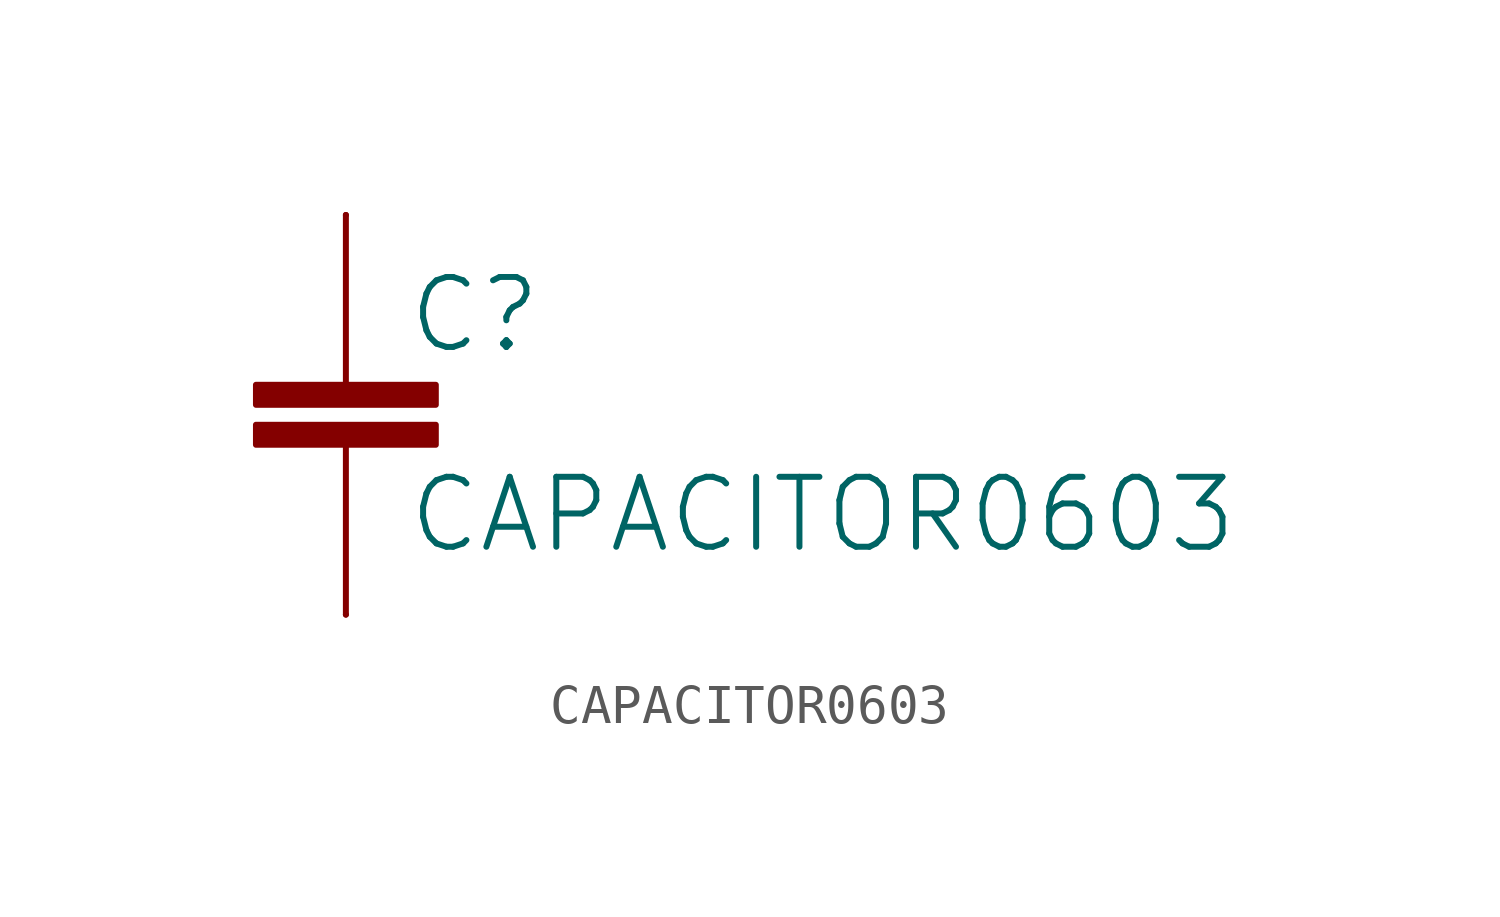
<source format=kicad_sym>
(kicad_symbol_lib
  (version 20211014)
  (generator kicad_symbol_editor)
  (symbol "CAPACITOR0603"
    (property "Reference" "C"
      (at 1.524 2.54 0)
      (effects (font (size 1.778 1.778)) (justify left)))
    (property "Value" "CAPACITOR0603"
      (at 1.524 -2.54 0)
      (effects (font (size 1.778 1.778)) (justify left)))
    (property "ki_locked" ""
      (at 0 0 0)
      (effects (font (size 1.27 1.27))))
    (symbol "CAPACITOR0603_1_0"
      (rectangle (start -2.286 -0.762) (end 2.286 -0.254) (stroke (width 0) (type default) (color 0 0 0 0)) (fill (type outline)))
      (rectangle (start -2.286 0.254) (end 2.286 0.762) (stroke (width 0) (type default) (color 0 0 0 0)) (fill (type outline)))
      (polyline (pts (xy 0 -0.762) (xy 0 -5.08)) (stroke (width 0.152) (type default) (color 0 0 0 0)) (fill (type none)))
      (polyline (pts (xy 0 5.08) (xy 0 0.762)) (stroke (width 0.152) (type default) (color 0 0 0 0)) (fill (type none)))
      (pin passive line (at 0 5.08 270) (length 0) (name "1" (effects (font (size 0 0)))) (number "1" (effects (font (size 0 0)))))
      (pin passive line (at 0 -5.08 90) (length 0) (name "2" (effects (font (size 0 0)))) (number "2" (effects (font (size 0 0))))))))
</source>
